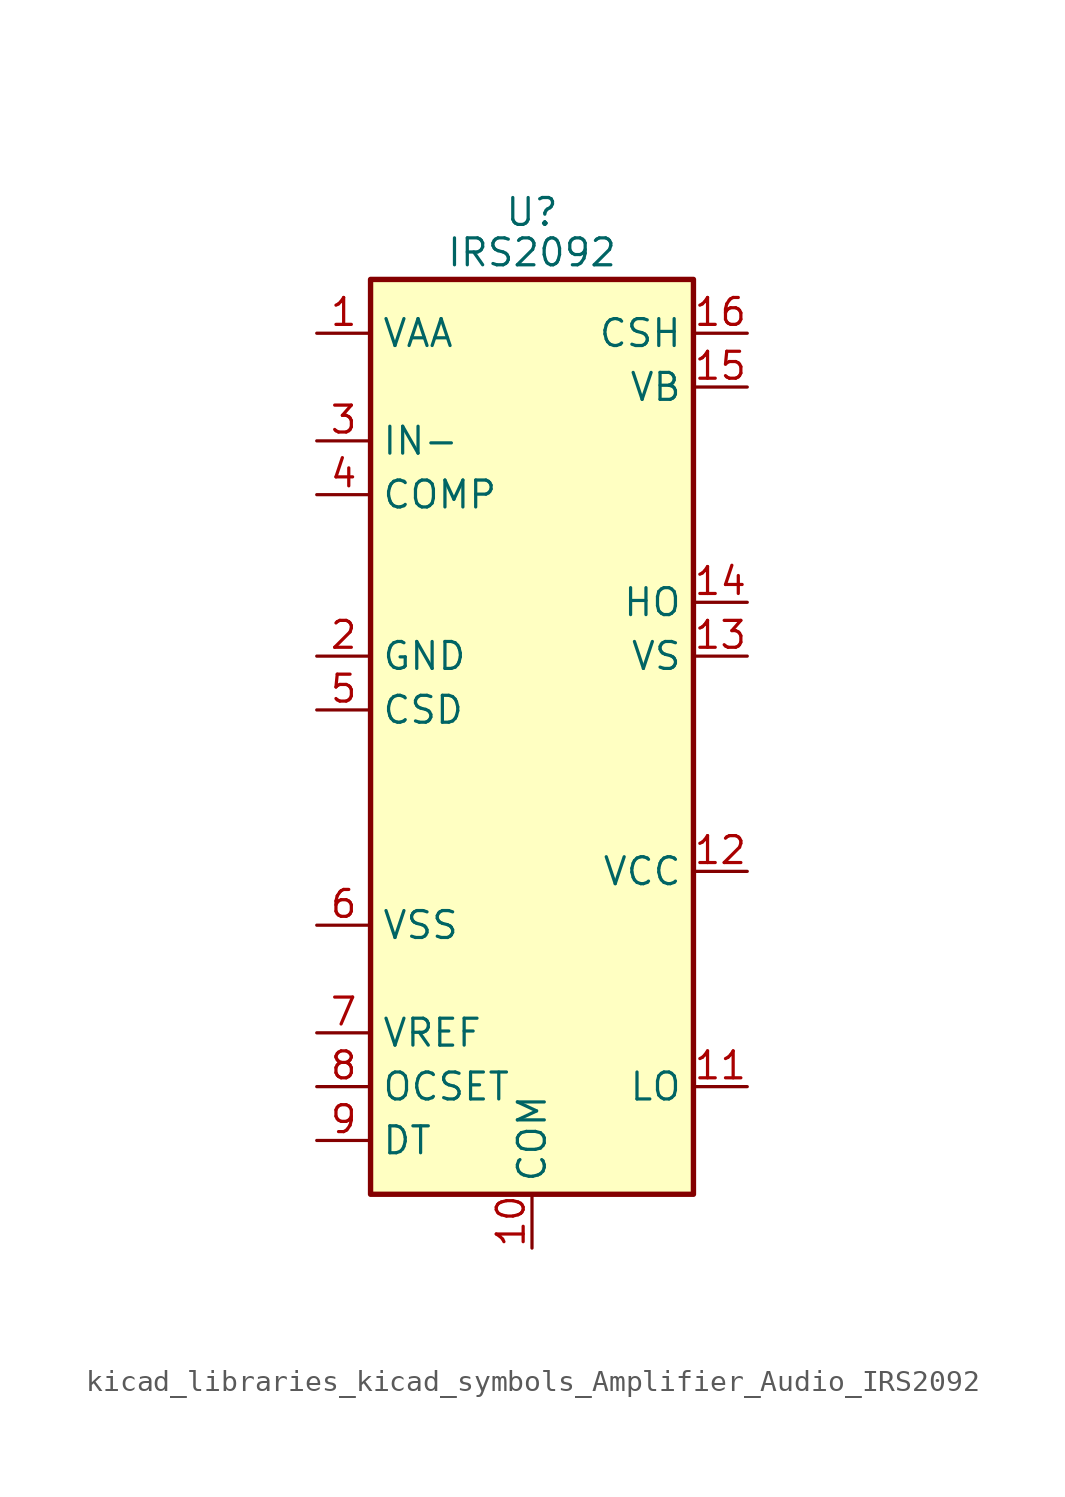
<source format=kicad_sym>
(kicad_symbol_lib
  (version 20220914)
  (generator kicad_symbol_editor)
  (symbol "kicad_libraries_kicad_symbols_Amplifier_Audio_IRS2092"
    (property "Reference" "U"
      (at 0 26.035 0)
      (effects (font (size 1.27 1.27))))
    (property "Value" "IRS2092"
      (at 0 24.13 0)
      (effects (font (size 1.27 1.27))))
    (symbol "kicad_libraries_kicad_symbols_Amplifier_Audio_IRS2092_0_1"
      (rectangle (start -7.62 -20.32) (end 7.62 22.86) (stroke (width 0.254) (type default)) (fill (type background))))
    (symbol "kicad_libraries_kicad_symbols_Amplifier_Audio_IRS2092_1_1"
      (pin power_in line (at -10.16 20.32 0) (length 2.54) (name "VAA" (effects (font (size 1.27 1.27)))) (number "1" (effects (font (size 1.27 1.27)))))
      (pin power_in line (at 0 -22.86 90) (length 2.54) (name "COM" (effects (font (size 1.27 1.27)))) (number "10" (effects (font (size 1.27 1.27)))))
      (pin output line (at 10.16 -15.24 180) (length 2.54) (name "LO" (effects (font (size 1.27 1.27)))) (number "11" (effects (font (size 1.27 1.27)))))
      (pin power_in line (at 10.16 -5.08 180) (length 2.54) (name "VCC" (effects (font (size 1.27 1.27)))) (number "12" (effects (font (size 1.27 1.27)))))
      (pin passive line (at 10.16 5.08 180) (length 2.54) (name "VS" (effects (font (size 1.27 1.27)))) (number "13" (effects (font (size 1.27 1.27)))))
      (pin output line (at 10.16 7.62 180) (length 2.54) (name "HO" (effects (font (size 1.27 1.27)))) (number "14" (effects (font (size 1.27 1.27)))))
      (pin power_in line (at 10.16 17.78 180) (length 2.54) (name "VB" (effects (font (size 1.27 1.27)))) (number "15" (effects (font (size 1.27 1.27)))))
      (pin passive line (at 10.16 20.32 180) (length 2.54) (name "CSH" (effects (font (size 1.27 1.27)))) (number "16" (effects (font (size 1.27 1.27)))))
      (pin power_in line (at -10.16 5.08 0) (length 2.54) (name "GND" (effects (font (size 1.27 1.27)))) (number "2" (effects (font (size 1.27 1.27)))))
      (pin input line (at -10.16 15.24 0) (length 2.54) (name "IN-" (effects (font (size 1.27 1.27)))) (number "3" (effects (font (size 1.27 1.27)))))
      (pin output line (at -10.16 12.7 0) (length 2.54) (name "COMP" (effects (font (size 1.27 1.27)))) (number "4" (effects (font (size 1.27 1.27)))))
      (pin passive line (at -10.16 2.54 0) (length 2.54) (name "CSD" (effects (font (size 1.27 1.27)))) (number "5" (effects (font (size 1.27 1.27)))))
      (pin power_in line (at -10.16 -7.62 0) (length 2.54) (name "VSS" (effects (font (size 1.27 1.27)))) (number "6" (effects (font (size 1.27 1.27)))))
      (pin power_out line (at -10.16 -12.7 0) (length 2.54) (name "VREF" (effects (font (size 1.27 1.27)))) (number "7" (effects (font (size 1.27 1.27)))))
      (pin passive line (at -10.16 -15.24 0) (length 2.54) (name "OCSET" (effects (font (size 1.27 1.27)))) (number "8" (effects (font (size 1.27 1.27)))))
      (pin passive line (at -10.16 -17.78 0) (length 2.54) (name "DT" (effects (font (size 1.27 1.27)))) (number "9" (effects (font (size 1.27 1.27))))))))
</source>
